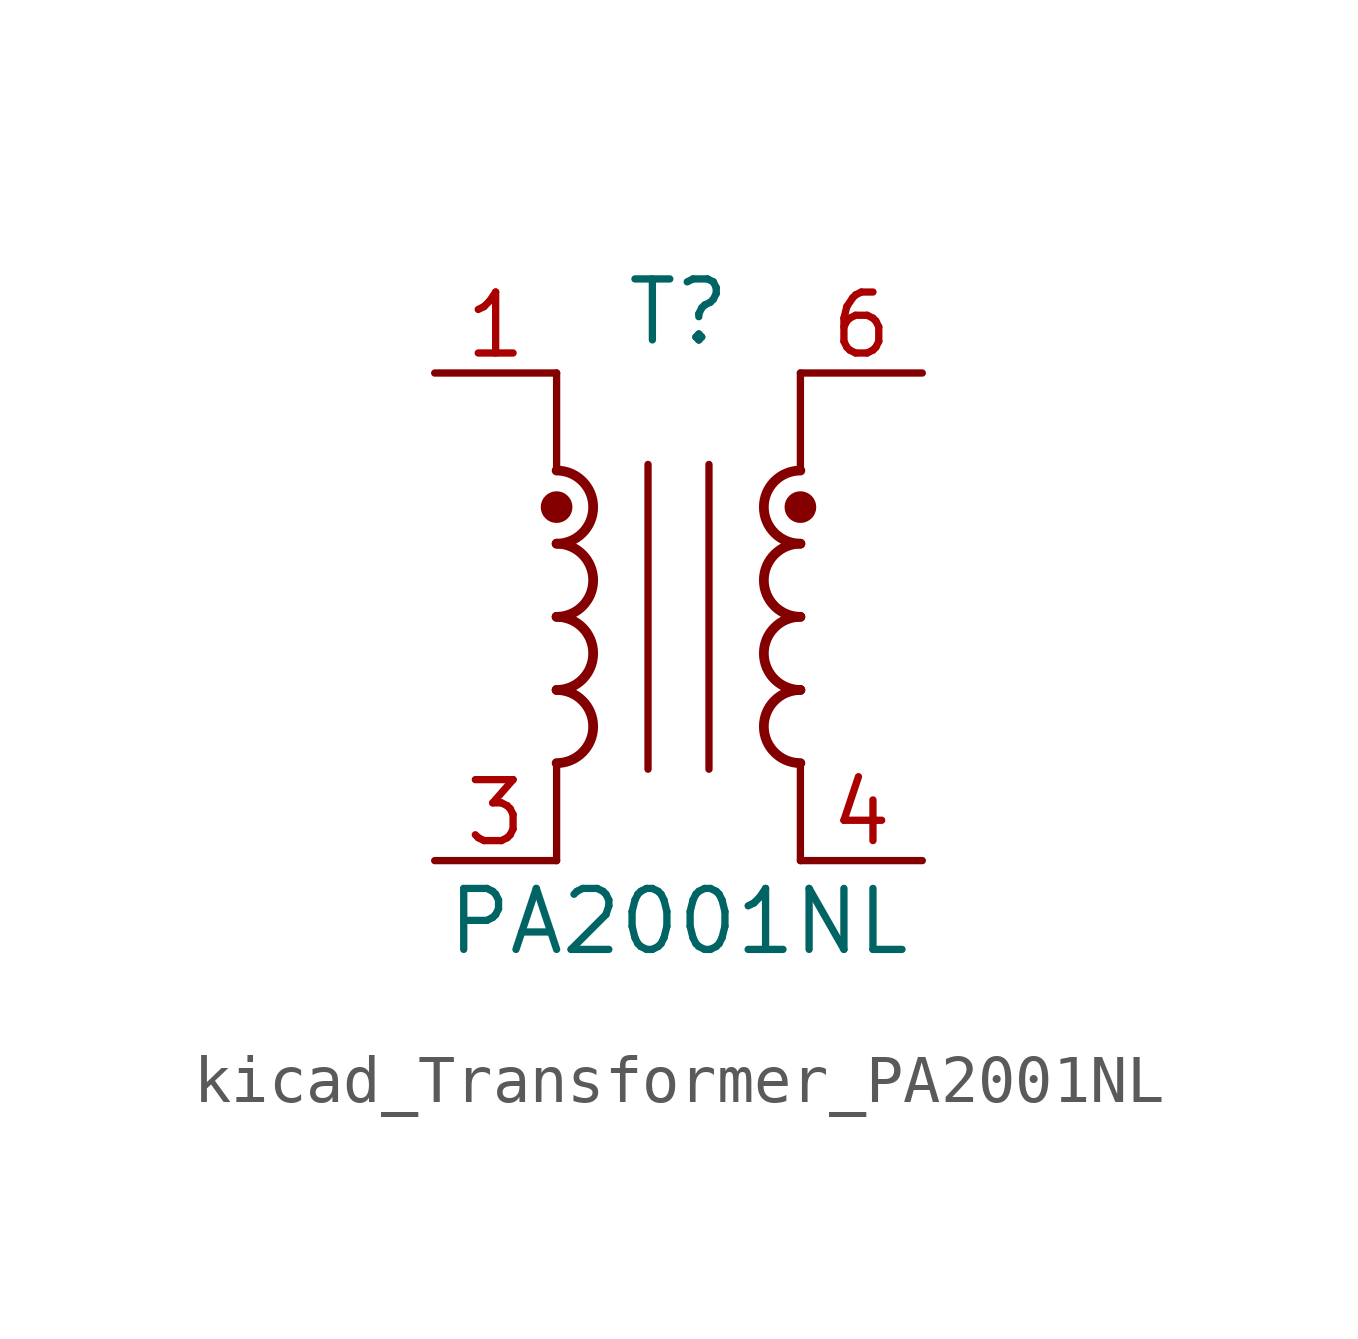
<source format=kicad_sym>
(kicad_symbol_lib
  (version 20220914)
  (generator kicad_symbol_editor)
  (symbol "kicad_Transformer_PA2001NL"
    (pin_names hide)
    (property "Reference" "T"
      (at 0 6.35 0)
      (effects (font (size 1.27 1.27))))
    (property "Value" "PA2001NL"
      (at 0 -6.35 0)
      (effects (font (size 1.27 1.27))))
    (symbol "kicad_Transformer_PA2001NL_0_1"
      (arc (start -2.54 -3.048) (mid -1.7813 -2.286) (end -2.54 -1.524) (stroke (width 0.2032) (type default)) (fill (type none)))
      (arc (start -2.54 -1.524) (mid -1.7813 -0.762) (end -2.54 0) (stroke (width 0.2032) (type default)) (fill (type none)))
      (arc (start -2.54 0) (mid -1.7813 0.762) (end -2.54 1.524) (stroke (width 0.2032) (type default)) (fill (type none)))
      (circle (center -2.54 2.286) (radius 0.254) (stroke (width 0) (type default)) (fill (type outline)))
      (polyline (pts (xy -2.54 -3.048) (xy -2.54 -5.08)) (stroke (width 0) (type default)) (fill (type none)))
      (polyline (pts (xy -2.54 5.08) (xy -2.54 3.048)) (stroke (width 0) (type default)) (fill (type none)))
      (polyline (pts (xy -0.635 3.175) (xy -0.635 -3.175)) (stroke (width 0) (type default)) (fill (type none)))
      (polyline (pts (xy 0.635 3.175) (xy 0.635 -3.175)) (stroke (width 0) (type default)) (fill (type none)))
      (polyline (pts (xy 2.54 -3.048) (xy 2.54 -5.08)) (stroke (width 0) (type default)) (fill (type none)))
      (polyline (pts (xy 2.54 5.08) (xy 2.54 3.048)) (stroke (width 0) (type default)) (fill (type none)))
      (arc (start 2.54 -1.524) (mid 1.7813 -2.286) (end 2.54 -3.048) (stroke (width 0.2032) (type default)) (fill (type none)))
      (arc (start 2.54 0) (mid 1.7813 -0.762) (end 2.54 -1.524) (stroke (width 0.2032) (type default)) (fill (type none)))
      (arc (start 2.54 1.524) (mid 1.7813 0.762) (end 2.54 0) (stroke (width 0.2032) (type default)) (fill (type none)))
      (circle (center 2.54 2.286) (radius 0.254) (stroke (width 0) (type default)) (fill (type outline)))
      (arc (start 2.54 3.048) (mid 1.7813 2.286) (end 2.54 1.524) (stroke (width 0.2032) (type default)) (fill (type none))))
    (symbol "kicad_Transformer_PA2001NL_1_1"
      (arc (start -2.54 1.524) (mid -1.7813 2.286) (end -2.54 3.048) (stroke (width 0.2032) (type default)) (fill (type none)))
      (pin passive line (at -5.08 5.08 0) (length 2.54) (name "~" (effects (font (size 1.27 1.27)))) (number "1" (effects (font (size 1.27 1.27)))))
      (pin passive line (at -5.08 -5.08 0) (length 2.54) (name "~" (effects (font (size 1.27 1.27)))) (number "3" (effects (font (size 1.27 1.27)))))
      (pin passive line (at 5.08 -5.08 180) (length 2.54) (name "~" (effects (font (size 1.27 1.27)))) (number "4" (effects (font (size 1.27 1.27)))))
      (pin passive line (at 5.08 5.08 180) (length 2.54) (name "~" (effects (font (size 1.27 1.27)))) (number "6" (effects (font (size 1.27 1.27))))))))
</source>
